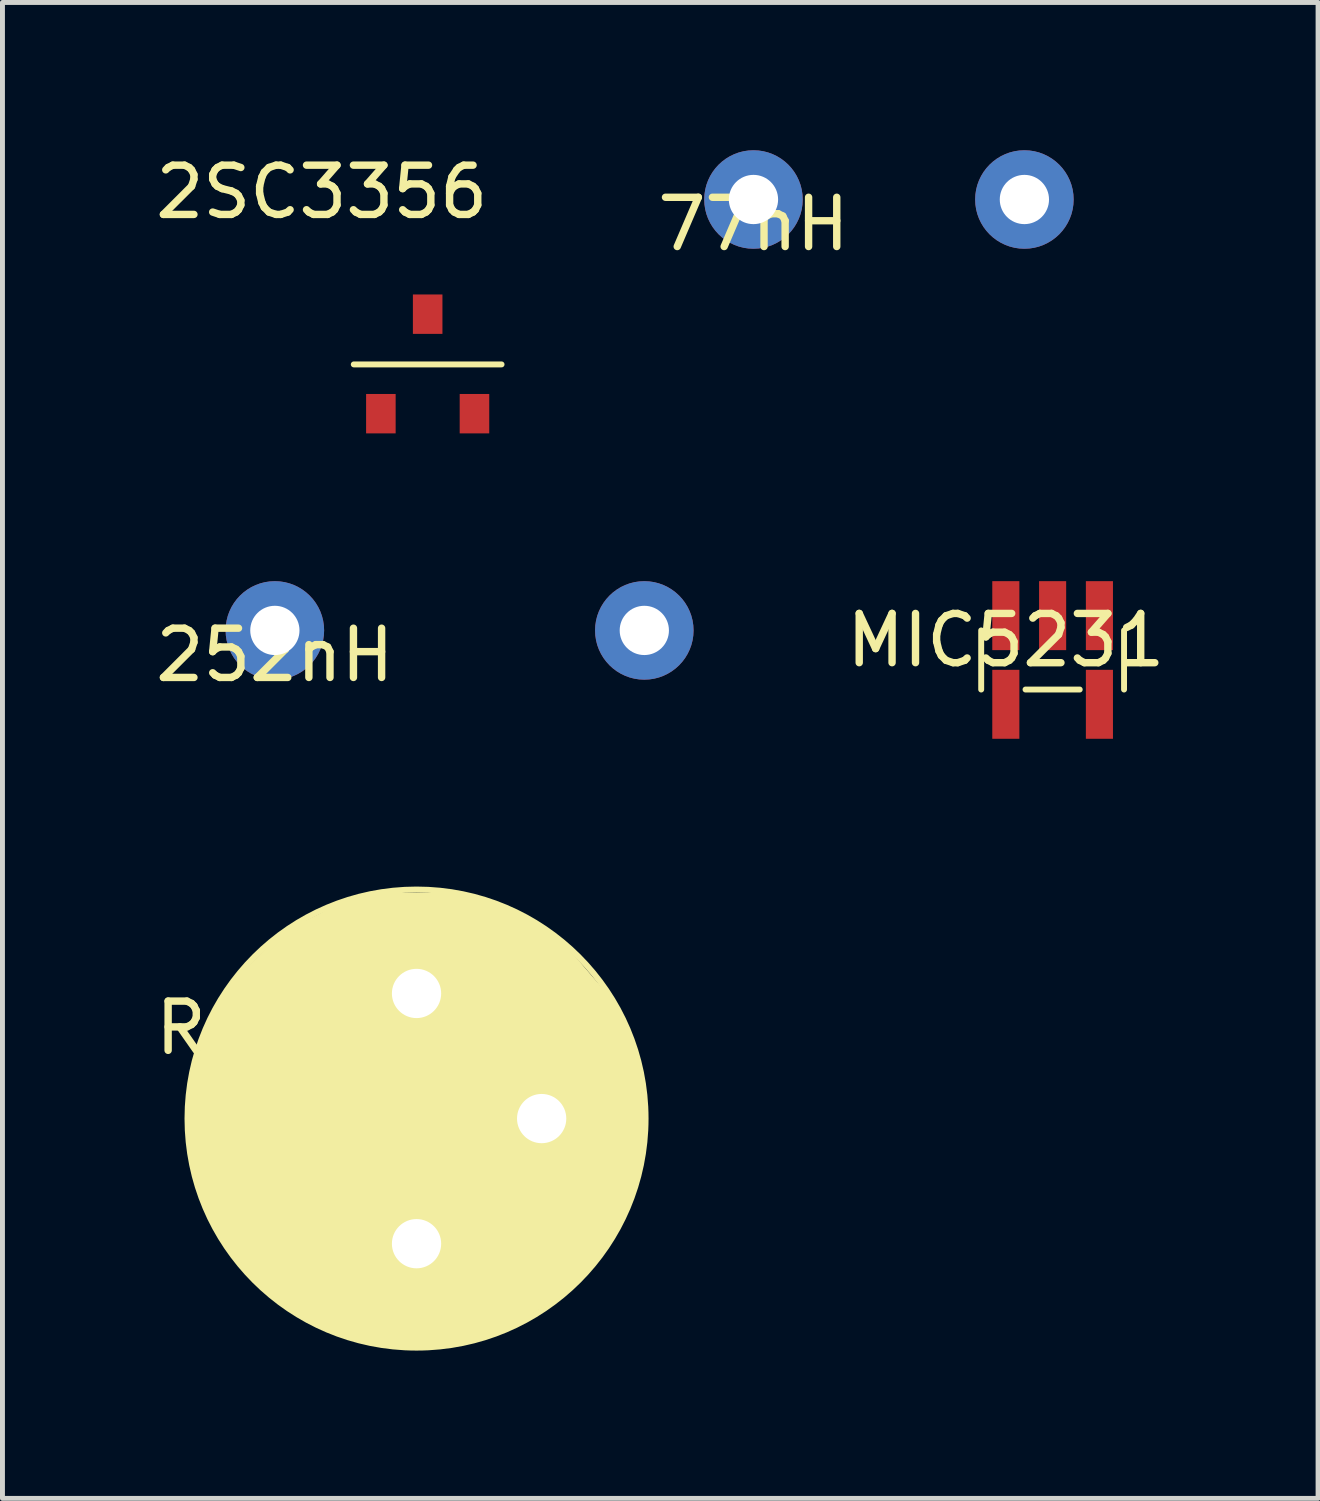
<source format=kicad_pcb>
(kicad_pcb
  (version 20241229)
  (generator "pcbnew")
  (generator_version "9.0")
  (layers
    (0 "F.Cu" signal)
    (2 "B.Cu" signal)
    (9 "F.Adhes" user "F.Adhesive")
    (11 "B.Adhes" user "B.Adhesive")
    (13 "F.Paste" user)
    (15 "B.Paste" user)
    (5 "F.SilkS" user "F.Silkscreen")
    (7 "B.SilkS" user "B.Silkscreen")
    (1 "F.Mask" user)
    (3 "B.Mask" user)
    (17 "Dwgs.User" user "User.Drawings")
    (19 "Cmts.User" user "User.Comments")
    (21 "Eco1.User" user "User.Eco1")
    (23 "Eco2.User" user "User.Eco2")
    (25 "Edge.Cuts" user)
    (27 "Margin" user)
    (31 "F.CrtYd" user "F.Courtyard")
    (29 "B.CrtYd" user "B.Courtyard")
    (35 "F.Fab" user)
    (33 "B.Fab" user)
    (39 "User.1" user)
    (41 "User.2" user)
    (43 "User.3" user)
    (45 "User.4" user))
  (footprint "77nH"
    (layer "F.Cu")
    (at 12.246 1)
    (property "Reference" "77nH" (at 0 0.5 0) (layer "F.SilkS") (effects (font (size 1 1) (thickness 0.15))))
    (attr through_hole)
    (pad "1" thru_hole circle (at 0 0) (size 2 2) (drill 1) (layers "*.Cu" "*.Mask"))
    (pad "2" thru_hole circle (at 5.5 0) (size 2 2) (drill 1) (layers "*.Cu" "*.Mask")))
  (footprint "MIC5231"
    (layer "F.Cu")
    (at 17.369 9.448)
    (property "Reference" "MIC5231" (at 0 0.5 0) (layer "F.SilkS") (effects (font (size 1 1) (thickness 0.15))))
    (attr through_hole)
    (fp_line (start -0.5 0.3) (end -0.5 1.5) (stroke (width 0.12) (type solid)) (layer "F.SilkS"))
    (fp_line (start 0.4 1.5) (end 1.5 1.5) (stroke (width 0.12) (type solid)) (layer "F.SilkS"))
    (fp_line (start 2.4 0.3) (end 2.4 1.5) (stroke (width 0.12) (type solid)) (layer "F.SilkS"))
    (pad "1" smd rect (at 1.9 0) (size 0.55 1.4) (layers "F.Cu" "F.Mask" "F.Paste"))
    (pad "2" smd rect (at 0.95 0) (size 0.55 1.4) (layers "F.Cu" "F.Mask" "F.Paste"))
    (pad "3" smd rect (at 0 0) (size 0.55 1.4) (layers "F.Cu" "F.Mask" "F.Paste"))
    (pad "4" smd rect (at 0 1.8) (size 0.55 1.4) (layers "F.Cu" "F.Mask" "F.Paste"))
    (pad "5" smd rect (at 1.9 1.8) (size 0.55 1.4) (layers "F.Cu" "F.Mask" "F.Paste")))
  (footprint "R03101"
    (layer "F.Cu")
    (at 5.406 17.118)
    (property "Reference" "R03101" (at -2.4 0.7 0) (layer "F.SilkS") (effects (font (size 1 1) (thickness 0.15))))
    (attr through_hole)
    (fp_circle (center 0 2.54) (end 4.65 2.54) (stroke (width 0.12) (type solid)) (fill no) (layer "F.SilkS"))
    (fp_poly (pts (xy 0.9 -2) (xy 1.7 -1.7) (xy 2.6 -1.3) (xy 3.2 -0.7) (xy 3.8 0) (xy 4.3 0.8) (xy 4.5 1.8) (xy 4.6 2.7) (xy 4.5 3.5) (xy 4.2 4.4) (xy 3.8 5.1) (xy 3.5 5.5) (xy 2.9 6.1) (xy 2.1 6.6) (xy 1.3 7) (xy 0.3 7.1) (xy -0.8 7.1) (xy -1.9 6.7) (xy -2.7 6.3) (xy -3.3 5.7) (xy -3.8 5.1) (xy -4.3 4.3) (xy -4.5 3.4) (xy -4.6 2.6) (xy -4.5 1.7) (xy -4.3 1) (xy -4 0.2) (xy -3.4 -0.5) (xy -2.8 -1.1) (xy -2.3 -1.4) (xy -1.7 -1.7) (xy -1.2 -1.9) (xy -0.5 -2) (xy 0 -2)) (stroke (width 0.1) (type solid)) (fill yes) (layer "F.SilkS"))
    (pad "1" thru_hole circle (at 0 0) (size 2 2) (drill 1) (layers "*.Cu" "*.Mask"))
    (pad "2" thru_hole circle (at 2.54 2.54) (size 2 2) (drill 1) (layers "*.Cu" "*.Mask"))
    (pad "3" thru_hole circle (at 0 5.08) (size 2 2) (drill 1) (layers "*.Cu" "*.Mask")))
  (footprint "2SC3356"
    (layer "F.Cu")
    (at 4.682 5.348)
    (property "Reference" "2SC3356" (at -1.2 -4.5 0) (layer "F.SilkS") (effects (font (size 1 1) (thickness 0.15))))
    (attr through_hole)
    (fp_line (start -0.55 -1) (end 2.45 -1) (stroke (width 0.12) (type solid)) (layer "F.SilkS"))
    (pad "1" smd rect (at 1.9 0) (size 0.6 0.8) (layers "F.Cu" "F.Mask" "F.Paste"))
    (pad "2" smd rect (at 0 0) (size 0.6 0.8) (layers "F.Cu" "F.Mask" "F.Paste"))
    (pad "3" smd rect (at 0.95 -2.02) (size 0.6 0.8) (layers "F.Cu" "F.Mask" "F.Paste")))
  (footprint "252nH"
    (layer "F.Cu")
    (at 2.53 9.748)
    (property "Reference" "252nH" (at 0 0.5 0) (layer "F.SilkS") (effects (font (size 1 1) (thickness 0.15))))
    (attr through_hole)
    (pad "1" thru_hole circle (at 0 0) (size 2 2) (drill 1) (layers "*.Cu" "*.Mask"))
    (pad "2" thru_hole circle (at 7.5 0) (size 2 2) (drill 1) (layers "*.Cu" "*.Mask")))
  (gr_rect
    (start -3 -3)
    (end 23.708 27.368)
    (stroke (width 0.1) (type default))
    (fill no)
    (layer "Edge.Cuts")))
</source>
